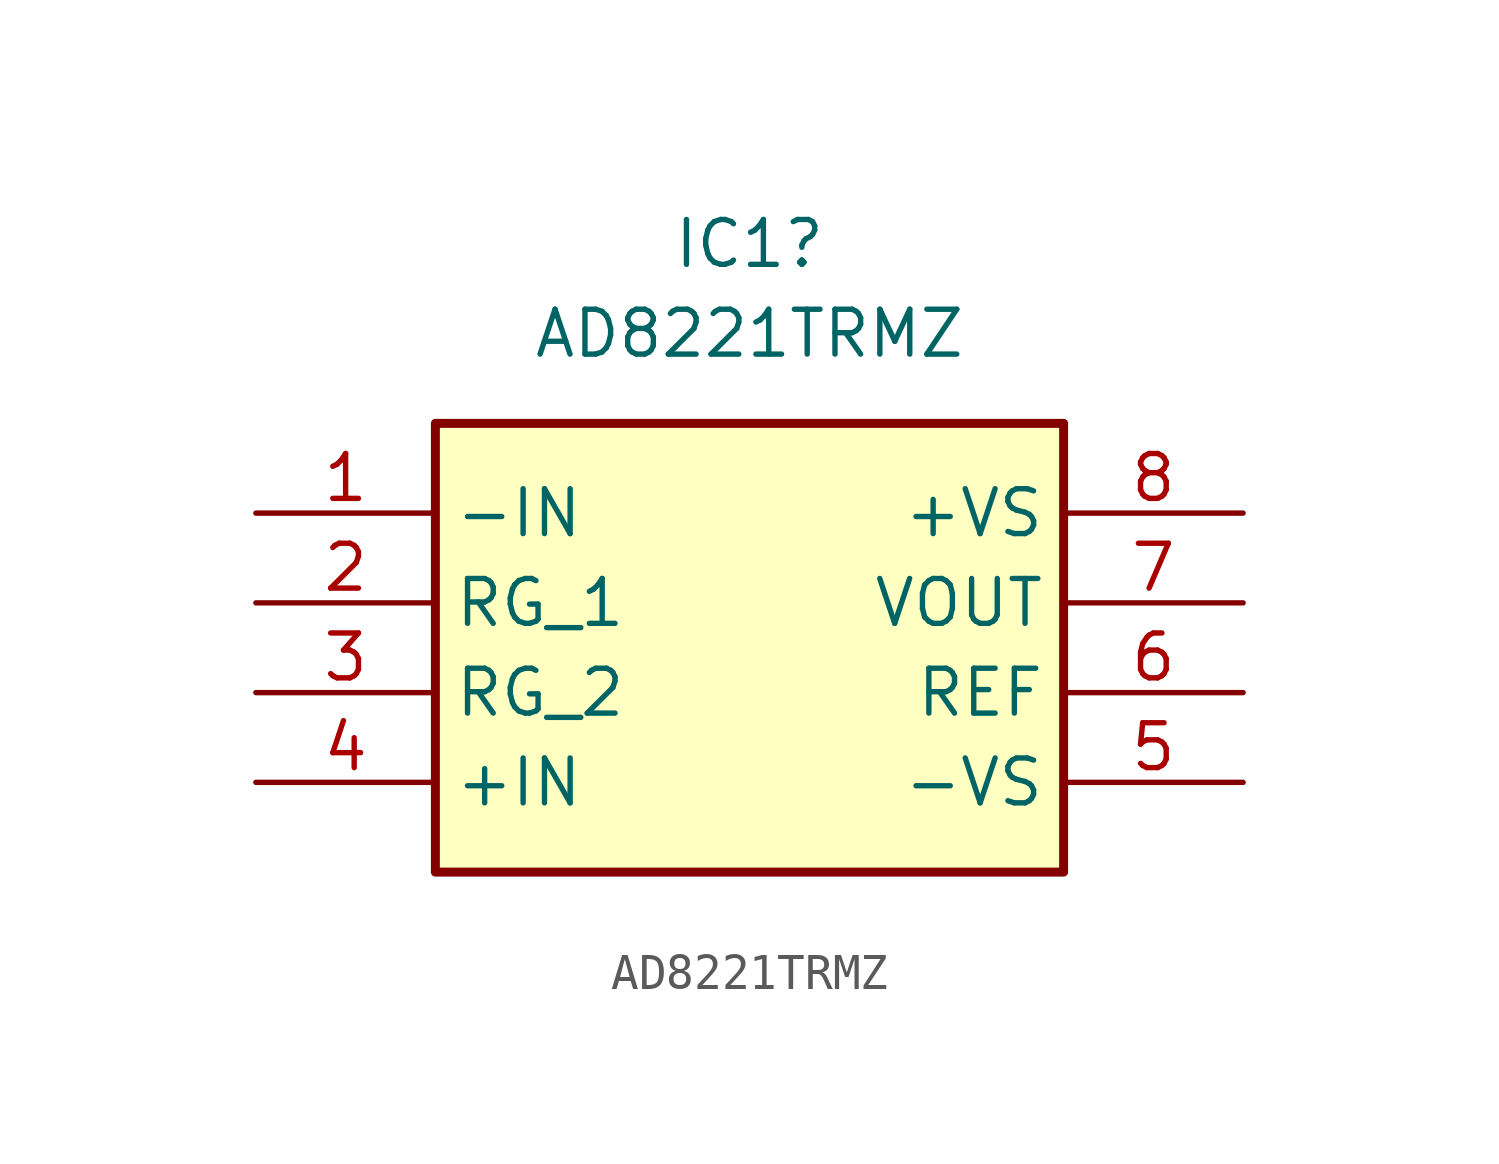
<source format=kicad_sym>
(kicad_symbol_lib
  (version 20241209)
  (generator "kicad_symbol_editor")
  (generator_version "9.0")
  (symbol "AD8221TRMZ"
    (property "Reference" "IC1"
      (at 13.97 7.62 0)
      (effects (font (size 1.27 1.27))))
    (property "Value" "AD8221TRMZ"
      (at 13.97 5.08 0)
      (effects (font (size 1.27 1.27))))
    (symbol "AD8221TRMZ_1_1"
      (rectangle (start 5.08 2.54) (end 22.86 -10.16) (stroke (width 0.254) (type default)) (fill (type background)))
      (pin passive line (at 0 0 0) (length 5.08) (name "-IN" (effects (font (size 1.27 1.27)))) (number "1" (effects (font (size 1.27 1.27)))))
      (pin passive line (at 0 -2.54 0) (length 5.08) (name "RG_1" (effects (font (size 1.27 1.27)))) (number "2" (effects (font (size 1.27 1.27)))))
      (pin passive line (at 0 -5.08 0) (length 5.08) (name "RG_2" (effects (font (size 1.27 1.27)))) (number "3" (effects (font (size 1.27 1.27)))))
      (pin passive line (at 0 -7.62 0) (length 5.08) (name "+IN" (effects (font (size 1.27 1.27)))) (number "4" (effects (font (size 1.27 1.27)))))
      (pin passive line (at 27.94 0 180) (length 5.08) (name "+VS" (effects (font (size 1.27 1.27)))) (number "8" (effects (font (size 1.27 1.27)))))
      (pin passive line (at 27.94 -2.54 180) (length 5.08) (name "VOUT" (effects (font (size 1.27 1.27)))) (number "7" (effects (font (size 1.27 1.27)))))
      (pin passive line (at 27.94 -5.08 180) (length 5.08) (name "REF" (effects (font (size 1.27 1.27)))) (number "6" (effects (font (size 1.27 1.27)))))
      (pin passive line (at 27.94 -7.62 180) (length 5.08) (name "-VS" (effects (font (size 1.27 1.27)))) (number "5" (effects (font (size 1.27 1.27))))))))
</source>
